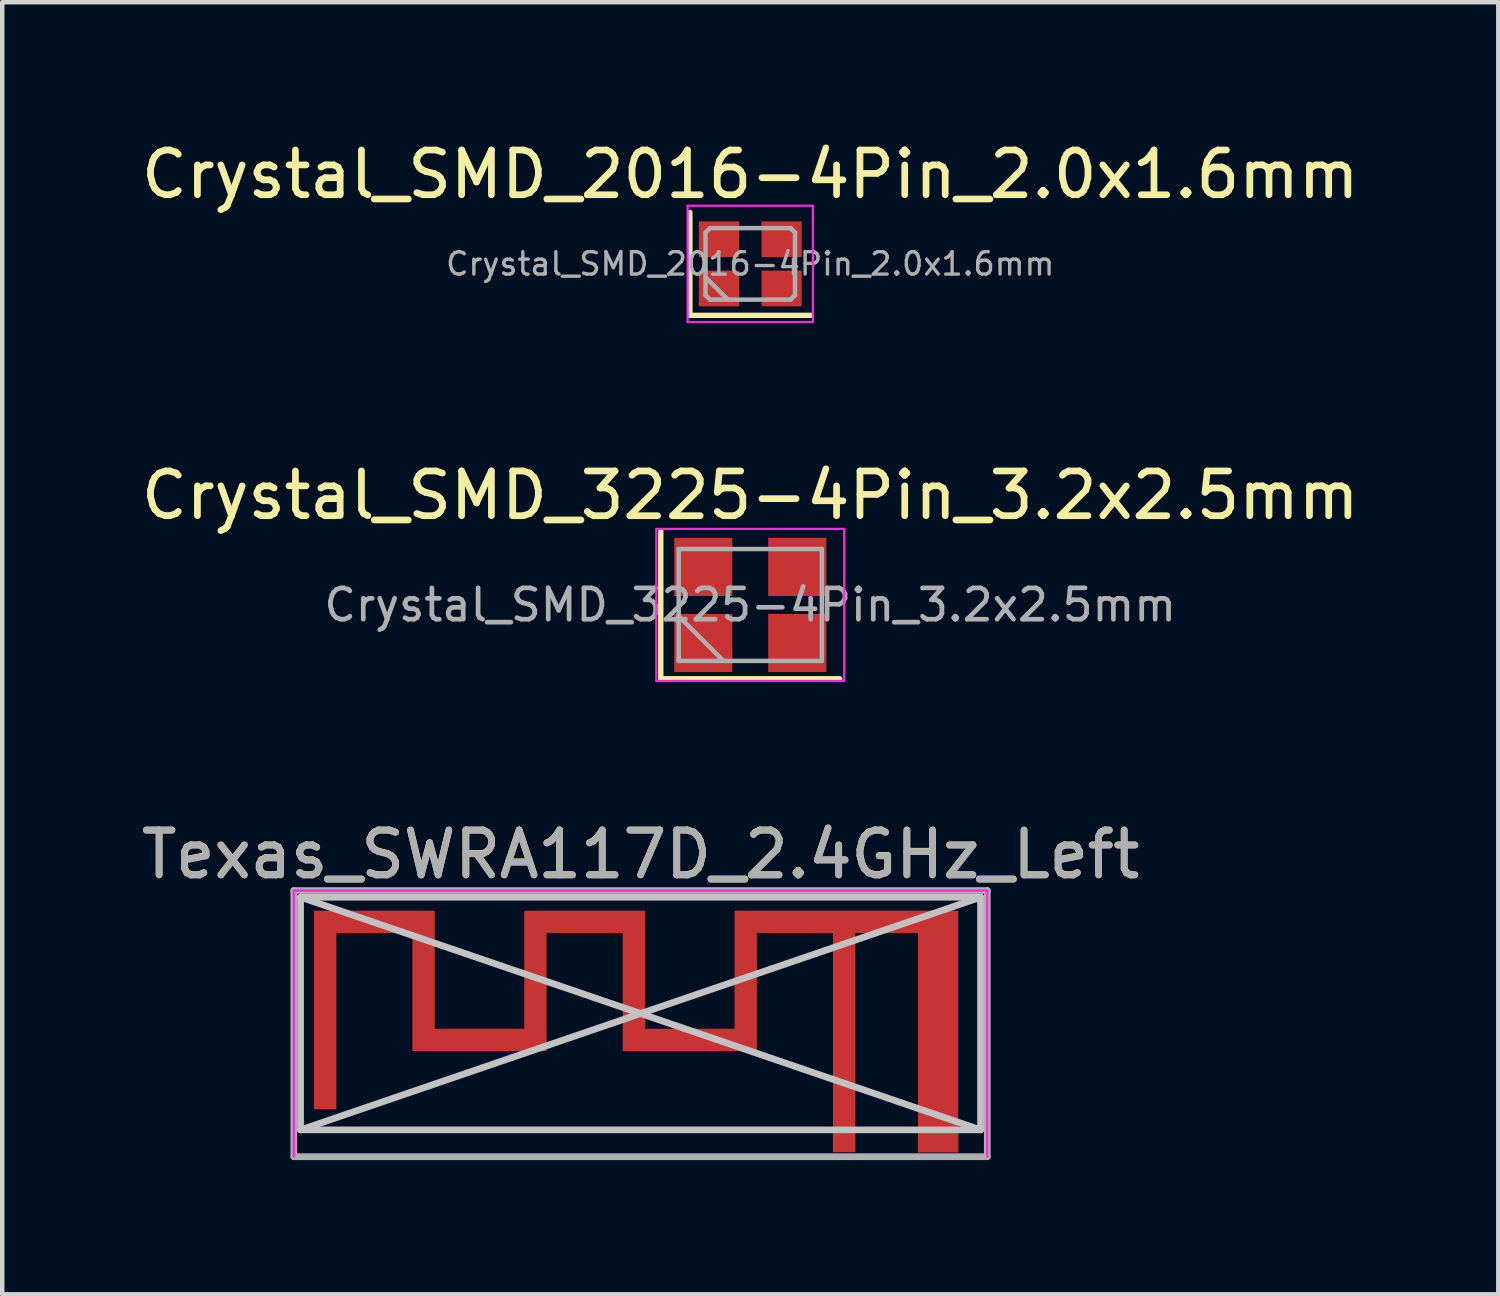
<source format=kicad_pcb>
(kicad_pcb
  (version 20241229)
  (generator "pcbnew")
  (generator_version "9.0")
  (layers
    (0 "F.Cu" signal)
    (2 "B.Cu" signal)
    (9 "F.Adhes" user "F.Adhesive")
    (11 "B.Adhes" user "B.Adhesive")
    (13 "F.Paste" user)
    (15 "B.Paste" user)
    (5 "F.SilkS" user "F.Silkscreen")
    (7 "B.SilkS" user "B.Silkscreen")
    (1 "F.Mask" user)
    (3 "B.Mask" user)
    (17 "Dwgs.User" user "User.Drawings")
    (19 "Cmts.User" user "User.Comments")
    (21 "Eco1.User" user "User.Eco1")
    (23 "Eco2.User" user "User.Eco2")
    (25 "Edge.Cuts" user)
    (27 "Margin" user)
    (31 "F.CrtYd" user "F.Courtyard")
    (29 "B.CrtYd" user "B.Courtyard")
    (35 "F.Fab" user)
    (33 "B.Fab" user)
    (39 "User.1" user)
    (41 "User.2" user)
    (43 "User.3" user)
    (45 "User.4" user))
  (footprint "Crystal_SMD_3225-4Pin_3.2x2.5mm"
    (layer "F.Cu")
    (at 13.72 10.472)
    (property "Reference" "Crystal_SMD_3225-4Pin_3.2x2.5mm" (at 0 -2.45 0) (layer "F.SilkS") (effects (font (size 1 1) (thickness 0.15))))
    (attr smd)
    (fp_line (start -2 -1.65) (end -2 1.65) (stroke (width 0.12) (type solid)) (layer "F.SilkS"))
    (fp_line (start -2 1.65) (end 2 1.65) (stroke (width 0.12) (type solid)) (layer "F.SilkS"))
    (fp_line (start -2.1 -1.7) (end -2.1 1.7) (stroke (width 0.05) (type solid)) (layer "F.CrtYd"))
    (fp_line (start -2.1 1.7) (end 2.1 1.7) (stroke (width 0.05) (type solid)) (layer "F.CrtYd"))
    (fp_line (start 2.1 -1.7) (end -2.1 -1.7) (stroke (width 0.05) (type solid)) (layer "F.CrtYd"))
    (fp_line (start 2.1 1.7) (end 2.1 -1.7) (stroke (width 0.05) (type solid)) (layer "F.CrtYd"))
    (fp_line (start -1.6 -1.25) (end -1.6 1.25) (stroke (width 0.1) (type solid)) (layer "F.Fab"))
    (fp_line (start -1.6 0.25) (end -0.6 1.25) (stroke (width 0.1) (type solid)) (layer "F.Fab"))
    (fp_line (start -1.6 1.25) (end 1.6 1.25) (stroke (width 0.1) (type solid)) (layer "F.Fab"))
    (fp_line (start 1.6 -1.25) (end -1.6 -1.25) (stroke (width 0.1) (type solid)) (layer "F.Fab"))
    (fp_line (start 1.6 1.25) (end 1.6 -1.25) (stroke (width 0.1) (type solid)) (layer "F.Fab"))
    (fp_text user "${REFERENCE}" (at 0 0 0) (layer "F.Fab") (effects (font (size 0.7 0.7) (thickness 0.105))))
    (pad "1" smd rect (at -1.05 0.85) (size 1.3 1.3) (layers "F.Cu" "F.Mask" "F.Paste"))
    (pad "2" smd rect (at 1.05 0.85) (size 1.3 1.3) (layers "F.Cu" "F.Mask" "F.Paste"))
    (pad "3" smd rect (at 1.05 -0.85) (size 1.3 1.3) (layers "F.Cu" "F.Mask" "F.Paste"))
    (pad "4" smd rect (at -1.05 -0.85) (size 1.3 1.3) (layers "F.Cu" "F.Mask" "F.Paste")))
  (footprint "Crystal_SMD_2016-4Pin_2.0x1.6mm"
    (layer "F.Cu")
    (at 13.72 2.848)
    (property "Reference" "Crystal_SMD_2016-4Pin_2.0x1.6mm" (at 0 -2 0) (layer "F.SilkS") (effects (font (size 1 1) (thickness 0.15))))
    (attr smd)
    (fp_line (start -1.35 -1.15) (end -1.35 1.15) (stroke (width 0.12) (type solid)) (layer "F.SilkS"))
    (fp_line (start -1.35 1.15) (end 1.35 1.15) (stroke (width 0.12) (type solid)) (layer "F.SilkS"))
    (fp_line (start -1.4 -1.3) (end -1.4 1.3) (stroke (width 0.05) (type solid)) (layer "F.CrtYd"))
    (fp_line (start -1.4 1.3) (end 1.4 1.3) (stroke (width 0.05) (type solid)) (layer "F.CrtYd"))
    (fp_line (start 1.4 -1.3) (end -1.4 -1.3) (stroke (width 0.05) (type solid)) (layer "F.CrtYd"))
    (fp_line (start 1.4 1.3) (end 1.4 -1.3) (stroke (width 0.05) (type solid)) (layer "F.CrtYd"))
    (fp_line (start -1 -0.7) (end -0.9 -0.8) (stroke (width 0.1) (type solid)) (layer "F.Fab"))
    (fp_line (start -1 0.3) (end -0.5 0.8) (stroke (width 0.1) (type solid)) (layer "F.Fab"))
    (fp_line (start -1 0.7) (end -1 -0.7) (stroke (width 0.1) (type solid)) (layer "F.Fab"))
    (fp_line (start -0.9 -0.8) (end 0.9 -0.8) (stroke (width 0.1) (type solid)) (layer "F.Fab"))
    (fp_line (start -0.9 0.8) (end -1 0.7) (stroke (width 0.1) (type solid)) (layer "F.Fab"))
    (fp_line (start 0.9 -0.8) (end 1 -0.7) (stroke (width 0.1) (type solid)) (layer "F.Fab"))
    (fp_line (start 0.9 0.8) (end -0.9 0.8) (stroke (width 0.1) (type solid)) (layer "F.Fab"))
    (fp_line (start 1 -0.7) (end 1 0.7) (stroke (width 0.1) (type solid)) (layer "F.Fab"))
    (fp_line (start 1 0.7) (end 0.9 0.8) (stroke (width 0.1) (type solid)) (layer "F.Fab"))
    (fp_text user "${REFERENCE}" (at 0 0 0) (layer "F.Fab") (effects (font (size 0.5 0.5) (thickness 0.075))))
    (pad "1" smd rect (at -0.7 0.55) (size 0.9 0.8) (layers "F.Cu" "F.Mask" "F.Paste"))
    (pad "2" smd rect (at -0.7 -0.55) (size 0.9 0.8) (layers "F.Cu" "F.Mask" "F.Paste"))
    (pad "3" smd rect (at 0.7 -0.55) (size 0.9 0.8) (layers "F.Cu" "F.Mask" "F.Paste"))
    (pad "4" smd rect (at 0.7 0.55) (size 0.9 0.8) (layers "F.Cu" "F.Mask" "F.Paste")))
  (footprint "Texas_SWRA117D_2.4GHz_Left"
    (layer "F.Cu")
    (at 15.818 22.455)
    (property "Reference" "Texas_SWRA117D_2.4GHz_Left" (at -4.55 -6.41 0) (layer "F.SilkS") (effects (font (size 1 1) (thickness 0.15))))
    (attr exclude_from_pos_files exclude_from_bom)
    (fp_poly (pts (xy -2.45 -2.51) (xy -4.45 -2.51) (xy -4.45 -5.15) (xy -7.15 -5.15) (xy -7.15 -2.51) (xy -9.15 -2.51) (xy -9.15 -5.15) (xy -11.85 -5.15) (xy -11.85 -0.71) (xy -11.35 -0.71) (xy -11.35 -4.65) (xy -9.65 -4.65) (xy -9.65 -2.01) (xy -6.65 -2.01) (xy -6.65 -4.65) (xy -4.95 -4.65) (xy -4.95 -2.01) (xy -1.95 -2.01) (xy -1.95 -4.65) (xy -0.25 -4.65) (xy -0.25 -0.25) (xy 0.25 -0.25) (xy 0.25 -4.65) (xy 1.65 -4.65) (xy 1.65 0.25) (xy 2.55 0.25) (xy 2.55 0.007) (xy 2.248 0.007) (xy 2.238 0.054) (xy 2.214 0.097) (xy 2.176 0.13) (xy 2.168 0.134) (xy 2.125 0.146) (xy 2.077 0.145) (xy 2.031 0.132) (xy 2.013 0.122) (xy 1.979 0.087) (xy 1.958 0.041) (xy 1.952 -0.008) (xy 1.96 -0.056) (xy 1.977 -0.089) (xy 2.012 -0.121) (xy 2.058 -0.141) (xy 2.107 -0.148) (xy 2.155 -0.14) (xy 2.188 -0.123) (xy 2.223 -0.086) (xy 2.243 -0.042) (xy 2.248 0.007) (xy 2.55 0.007) (xy 2.55 -5.15) (xy -2.45 -5.15) (xy -2.45 -2.51)) (stroke (width 0) (type solid)) (fill yes) (layer "F.Cu"))
    (fp_poly (pts (xy -2.45 -2.51) (xy -4.45 -2.51) (xy -4.45 -5.15) (xy -7.15 -5.15) (xy -7.15 -2.51) (xy -9.15 -2.51) (xy -9.15 -5.15) (xy -11.85 -5.15) (xy -11.85 -0.71) (xy -11.35 -0.71) (xy -11.35 -4.65) (xy -9.65 -4.65) (xy -9.65 -2.01) (xy -6.65 -2.01) (xy -6.65 -4.65) (xy -4.95 -4.65) (xy -4.95 -2.01) (xy -1.95 -2.01) (xy -1.95 -4.65) (xy -0.25 -4.65) (xy -0.25 -0.25) (xy 0.25 -0.25) (xy 0.25 -4.65) (xy 1.65 -4.65) (xy 1.65 0.25) (xy 2.55 0.25) (xy 2.55 0.007) (xy 2.248 0.007) (xy 2.238 0.054) (xy 2.214 0.097) (xy 2.176 0.13) (xy 2.168 0.134) (xy 2.125 0.146) (xy 2.077 0.145) (xy 2.031 0.132) (xy 2.013 0.122) (xy 1.979 0.087) (xy 1.958 0.041) (xy 1.952 -0.008) (xy 1.96 -0.056) (xy 1.977 -0.089) (xy 2.012 -0.121) (xy 2.058 -0.141) (xy 2.107 -0.148) (xy 2.155 -0.14) (xy 2.188 -0.123) (xy 2.223 -0.086) (xy 2.243 -0.042) (xy 2.248 0.007) (xy 2.55 0.007) (xy 2.55 -5.15) (xy -2.45 -5.15) (xy -2.45 -2.51)) (stroke (width 0) (type solid)) (fill yes) (layer "F.Mask"))
    (fp_poly (pts (xy -2.45 -2.51) (xy -4.45 -2.51) (xy -4.45 -5.15) (xy -7.15 -5.15) (xy -7.15 -2.51) (xy -9.15 -2.51) (xy -9.15 -5.15) (xy -11.85 -5.15) (xy -11.85 -0.71) (xy -11.35 -0.71) (xy -11.35 -4.65) (xy -9.65 -4.65) (xy -9.65 -2.01) (xy -6.65 -2.01) (xy -6.65 -4.65) (xy -4.95 -4.65) (xy -4.95 -2.01) (xy -1.95 -2.01) (xy -1.95 -4.65) (xy -0.25 -4.65) (xy -0.25 -0.25) (xy 0.25 -0.25) (xy 0.25 -4.65) (xy 1.65 -4.65) (xy 1.65 0.25) (xy 2.55 0.25) (xy 2.55 0.007) (xy 2.248 0.007) (xy 2.238 0.054) (xy 2.214 0.097) (xy 2.176 0.13) (xy 2.168 0.134) (xy 2.125 0.146) (xy 2.077 0.145) (xy 2.031 0.132) (xy 2.013 0.122) (xy 1.979 0.087) (xy 1.958 0.041) (xy 1.952 -0.008) (xy 1.96 -0.056) (xy 1.977 -0.089) (xy 2.012 -0.121) (xy 2.058 -0.141) (xy 2.107 -0.148) (xy 2.155 -0.14) (xy 2.188 -0.123) (xy 2.223 -0.086) (xy 2.243 -0.042) (xy 2.248 0.007) (xy 2.55 0.007) (xy 2.55 -5.15) (xy -2.45 -5.15) (xy -2.45 -2.51)) (stroke (width 0) (type solid)) (fill yes) (layer "F.Paste"))
    (fp_line (start -12.15 -0.25) (end -12.15 -5.45) (stroke (width 0.15) (type solid)) (layer "Dwgs.User"))
    (fp_line (start 3.05 -5.45) (end -12.15 -5.45) (stroke (width 0.15) (type solid)) (layer "Dwgs.User"))
    (fp_line (start 3.05 -5.45) (end -12.15 -0.25) (stroke (width 0.15) (type solid)) (layer "Dwgs.User"))
    (fp_line (start 3.05 -0.25) (end -12.15 -5.45) (stroke (width 0.15) (type solid)) (layer "Dwgs.User"))
    (fp_line (start 3.05 -0.25) (end -12.15 -0.25) (stroke (width 0.15) (type solid)) (layer "Dwgs.User"))
    (fp_line (start 3.05 -0.25) (end 3.05 -5.45) (stroke (width 0.15) (type solid)) (layer "Dwgs.User"))
    (fp_line (start -12.3 -5.6) (end -12.3 0.35) (stroke (width 0.05) (type solid)) (layer "F.CrtYd"))
    (fp_line (start 3.2 -5.6) (end -12.3 -5.6) (stroke (width 0.05) (type solid)) (layer "F.CrtYd"))
    (fp_line (start 3.2 0.35) (end 3.2 -5.6) (stroke (width 0.05) (type solid)) (layer "F.CrtYd"))
    (fp_line (start -12.3 -5.6) (end -12.3 0.35) (stroke (width 0.15) (type solid)) (layer "F.Fab"))
    (fp_line (start -12.3 0.35) (end 3.2 0.35) (stroke (width 0.15) (type solid)) (layer "F.Fab"))
    (fp_line (start 3.2 -5.6) (end -12.3 -5.6) (stroke (width 0.15) (type solid)) (layer "F.Fab"))
    (fp_line (start 3.2 0.35) (end 3.2 -5.6) (stroke (width 0.15) (type solid)) (layer "F.Fab"))
    (fp_text user "${REFERENCE}" (at -4.55 -6.4 0) (layer "F.Fab") (effects (font (size 1 1) (thickness 0.15))))
    (pad "1" smd rect (at 0 0) (size 0.501 0.5) (layers "F.Cu" "F.Mask" "F.Paste"))
    (pad "2" smd rect (at 2.1 0) (size 0.9 0.5) (layers "F.Cu" "F.Mask" "F.Paste")))
  (gr_rect
    (start -3 -3)
    (end 30.44 25.88)
    (stroke (width 0.1) (type default))
    (fill no)
    (layer "Edge.Cuts")))
</source>
